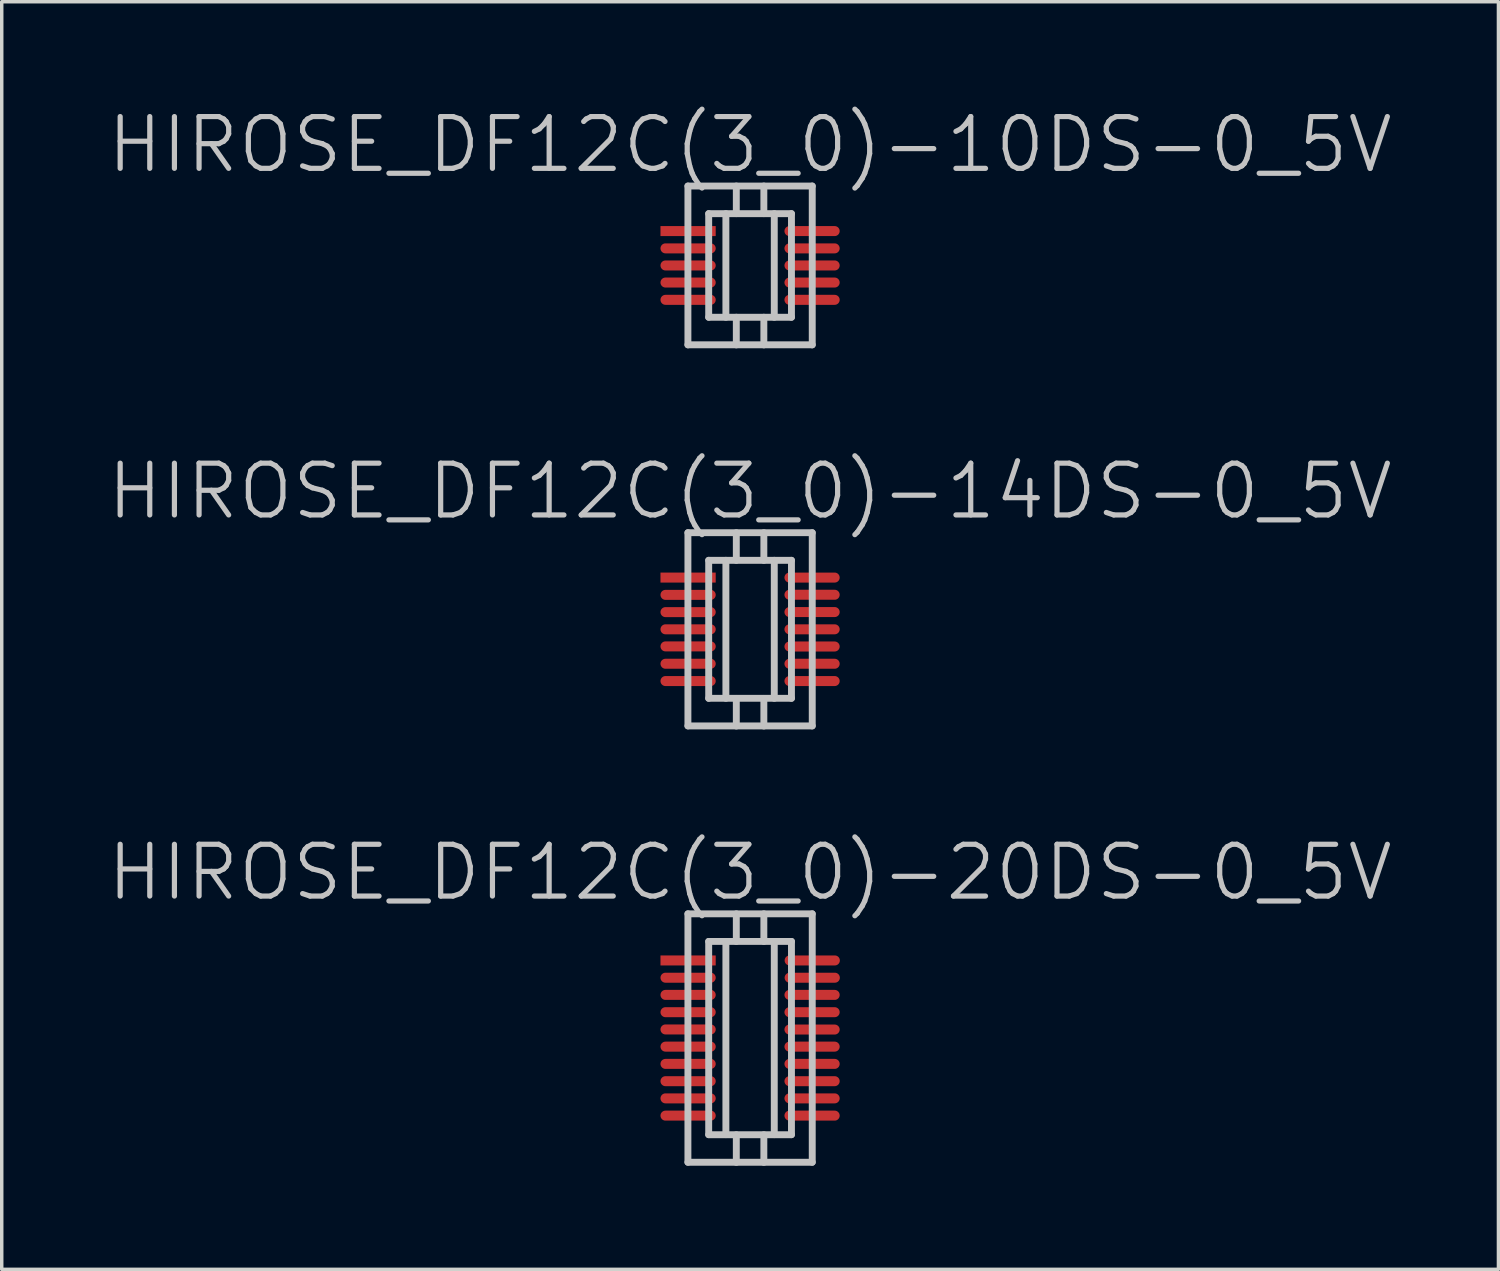
<source format=kicad_pcb>
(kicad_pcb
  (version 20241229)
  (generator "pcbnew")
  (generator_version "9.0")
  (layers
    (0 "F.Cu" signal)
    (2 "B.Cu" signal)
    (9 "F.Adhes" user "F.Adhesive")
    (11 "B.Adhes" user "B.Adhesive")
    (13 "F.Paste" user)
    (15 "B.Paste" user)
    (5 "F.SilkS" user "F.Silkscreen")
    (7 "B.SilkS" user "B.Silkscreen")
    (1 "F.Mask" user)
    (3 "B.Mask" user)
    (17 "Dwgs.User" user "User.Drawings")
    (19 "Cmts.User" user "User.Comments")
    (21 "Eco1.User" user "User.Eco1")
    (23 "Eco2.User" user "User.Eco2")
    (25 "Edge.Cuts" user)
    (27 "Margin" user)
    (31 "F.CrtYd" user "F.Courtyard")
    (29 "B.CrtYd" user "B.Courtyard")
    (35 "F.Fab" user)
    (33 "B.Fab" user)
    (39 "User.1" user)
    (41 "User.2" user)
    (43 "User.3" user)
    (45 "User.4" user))
  (footprint "HIROSE_DF12C(3_0)-20DS-0_5V"
    (layer "F.Cu")
    (at 18.682 27.025)
    (property "Reference" "HIROSE_DF12C(3_0)-20DS-0_5V" (at 0 -4.8 180) (layer "Dwgs.User") (effects (font (size 1.5 1.5) (thickness 0.15))))
    (attr smd)
    (fp_line (start -1.801 -3.599) (end -1.801 3.599) (stroke (width 0.2) (type solid)) (layer "Dwgs.User"))
    (fp_line (start -1.801 -3.599) (end 1.801 -3.599) (stroke (width 0.2) (type solid)) (layer "Dwgs.User"))
    (fp_line (start -1.199 -2.799) (end 1.199 -2.799) (stroke (width 0.2) (type solid)) (layer "Dwgs.User"))
    (fp_line (start -1.199 2.799) (end -1.199 -2.799) (stroke (width 0.2) (type solid)) (layer "Dwgs.User"))
    (fp_line (start -0.701 -2.799) (end -0.701 2.799) (stroke (width 0.2) (type solid)) (layer "Dwgs.User"))
    (fp_line (start -0.399 -2.799) (end -0.399 -3.599) (stroke (width 0.2) (type solid)) (layer "Dwgs.User"))
    (fp_line (start -0.399 3.602) (end -0.399 2.802) (stroke (width 0.2) (type solid)) (layer "Dwgs.User"))
    (fp_line (start 0.399 -2.799) (end 0.399 -3.599) (stroke (width 0.2) (type solid)) (layer "Dwgs.User"))
    (fp_line (start 0.399 2.802) (end 0.399 3.602) (stroke (width 0.2) (type solid)) (layer "Dwgs.User"))
    (fp_line (start 0.701 2.799) (end 0.701 -2.799) (stroke (width 0.2) (type solid)) (layer "Dwgs.User"))
    (fp_line (start 1.199 -2.799) (end 1.199 2.799) (stroke (width 0.2) (type solid)) (layer "Dwgs.User"))
    (fp_line (start 1.199 2.802) (end -1.199 2.802) (stroke (width 0.2) (type solid)) (layer "Dwgs.User"))
    (fp_line (start 1.801 3.599) (end -1.801 3.599) (stroke (width 0.2) (type solid)) (layer "Dwgs.User"))
    (fp_line (start 1.801 3.599) (end 1.801 -3.599) (stroke (width 0.2) (type solid)) (layer "Dwgs.User"))
    (pad "1" smd rect (at -1.796 -2.248 270) (size 0.29 1.6) (layers "F.Cu" "F.Mask" "F.Paste"))
    (pad "2" smd oval (at -1.796 -1.748 270) (size 0.29 1.6) (layers "F.Cu" "F.Mask" "F.Paste"))
    (pad "3" smd oval (at -1.796 -1.25 270) (size 0.29 1.6) (layers "F.Cu" "F.Mask" "F.Paste"))
    (pad "4" smd oval (at -1.796 -0.749 270) (size 0.29 1.6) (layers "F.Cu" "F.Mask" "F.Paste"))
    (pad "5" smd oval (at -1.796 -0.249 270) (size 0.29 1.6) (layers "F.Cu" "F.Mask" "F.Paste"))
    (pad "6" smd oval (at -1.796 0.249 270) (size 0.29 1.6) (layers "F.Cu" "F.Mask" "F.Paste"))
    (pad "7" smd oval (at -1.796 0.749 270) (size 0.29 1.6) (layers "F.Cu" "F.Mask" "F.Paste"))
    (pad "8" smd oval (at -1.796 1.25 270) (size 0.29 1.6) (layers "F.Cu" "F.Mask" "F.Paste"))
    (pad "9" smd oval (at -1.796 1.748 270) (size 0.29 1.6) (layers "F.Cu" "F.Mask" "F.Paste"))
    (pad "10" smd oval (at -1.796 2.248 270) (size 0.29 1.6) (layers "F.Cu" "F.Mask" "F.Paste"))
    (pad "11" smd oval (at 1.796 2.248 270) (size 0.29 1.6) (layers "F.Cu" "F.Mask" "F.Paste"))
    (pad "12" smd oval (at 1.796 1.748 270) (size 0.29 1.6) (layers "F.Cu" "F.Mask" "F.Paste"))
    (pad "13" smd oval (at 1.796 1.25 270) (size 0.29 1.6) (layers "F.Cu" "F.Mask" "F.Paste"))
    (pad "14" smd oval (at 1.796 0.749 270) (size 0.29 1.6) (layers "F.Cu" "F.Mask" "F.Paste"))
    (pad "15" smd oval (at 1.796 0.249 270) (size 0.29 1.6) (layers "F.Cu" "F.Mask" "F.Paste"))
    (pad "16" smd oval (at 1.796 -0.246 270) (size 0.29 1.6) (layers "F.Cu" "F.Mask" "F.Paste"))
    (pad "17" smd oval (at 1.796 -0.749 270) (size 0.29 1.6) (layers "F.Cu" "F.Mask" "F.Paste"))
    (pad "18" smd oval (at 1.796 -1.25 270) (size 0.29 1.6) (layers "F.Cu" "F.Mask" "F.Paste"))
    (pad "19" smd oval (at 1.801 -1.748 270) (size 0.29 1.6) (layers "F.Cu" "F.Mask" "F.Paste"))
    (pad "20" smd oval (at 1.801 -2.248 270) (size 0.29 1.6) (layers "F.Cu" "F.Mask" "F.Paste")))
  (footprint "HIROSE_DF12C(3_0)-14DS-0_5V"
    (layer "F.Cu")
    (at 18.682 15.183)
    (property "Reference" "HIROSE_DF12C(3_0)-14DS-0_5V" (at 0 -4 180) (layer "Dwgs.User") (effects (font (size 1.5 1.5) (thickness 0.15))))
    (attr smd)
    (fp_line (start -1.801 -2.799) (end 1.801 -2.799) (stroke (width 0.2) (type solid)) (layer "Dwgs.User"))
    (fp_line (start -1.801 2.799) (end -1.801 -2.799) (stroke (width 0.2) (type solid)) (layer "Dwgs.User"))
    (fp_line (start -1.199 -1.999) (end -1.199 1.999) (stroke (width 0.2) (type solid)) (layer "Dwgs.User"))
    (fp_line (start -1.199 -1.999) (end 1.199 -1.999) (stroke (width 0.2) (type solid)) (layer "Dwgs.User"))
    (fp_line (start -0.701 1.999) (end -0.701 -1.999) (stroke (width 0.2) (type solid)) (layer "Dwgs.User"))
    (fp_line (start -0.399 -1.999) (end -0.399 -2.799) (stroke (width 0.2) (type solid)) (layer "Dwgs.User"))
    (fp_line (start -0.399 2.802) (end -0.399 2.002) (stroke (width 0.2) (type solid)) (layer "Dwgs.User"))
    (fp_line (start 0.399 -1.999) (end 0.399 -2.799) (stroke (width 0.2) (type solid)) (layer "Dwgs.User"))
    (fp_line (start 0.399 2.002) (end 0.399 2.802) (stroke (width 0.2) (type solid)) (layer "Dwgs.User"))
    (fp_line (start 0.701 -1.999) (end 0.701 1.999) (stroke (width 0.2) (type solid)) (layer "Dwgs.User"))
    (fp_line (start 1.199 1.999) (end -1.199 1.999) (stroke (width 0.2) (type solid)) (layer "Dwgs.User"))
    (fp_line (start 1.199 1.999) (end 1.199 -1.999) (stroke (width 0.2) (type solid)) (layer "Dwgs.User"))
    (fp_line (start 1.801 -2.799) (end 1.801 2.799) (stroke (width 0.2) (type solid)) (layer "Dwgs.User"))
    (fp_line (start 1.801 2.799) (end -1.801 2.799) (stroke (width 0.2) (type solid)) (layer "Dwgs.User"))
    (pad "1" smd rect (at -1.796 -1.499 270) (size 0.29 1.6) (layers "F.Cu" "F.Mask" "F.Paste"))
    (pad "2" smd oval (at -1.796 -0.998 270) (size 0.29 1.6) (layers "F.Cu" "F.Mask" "F.Paste"))
    (pad "3" smd oval (at -1.796 -0.498 270) (size 0.29 1.6) (layers "F.Cu" "F.Mask" "F.Paste"))
    (pad "4" smd oval (at -1.796 0 270) (size 0.29 1.6) (layers "F.Cu" "F.Mask" "F.Paste"))
    (pad "5" smd oval (at -1.796 0.495 270) (size 0.29 1.6) (layers "F.Cu" "F.Mask" "F.Paste"))
    (pad "6" smd oval (at -1.796 0.998 270) (size 0.29 1.6) (layers "F.Cu" "F.Mask" "F.Paste"))
    (pad "7" smd oval (at -1.796 1.499 270) (size 0.29 1.6) (layers "F.Cu" "F.Mask" "F.Paste"))
    (pad "8" smd oval (at 1.796 1.499 270) (size 0.29 1.6) (layers "F.Cu" "F.Mask" "F.Paste"))
    (pad "9" smd oval (at 1.796 0.998 270) (size 0.29 1.6) (layers "F.Cu" "F.Mask" "F.Paste"))
    (pad "10" smd oval (at 1.796 0.498 270) (size 0.29 1.6) (layers "F.Cu" "F.Mask" "F.Paste"))
    (pad "11" smd oval (at 1.796 0 270) (size 0.29 1.6) (layers "F.Cu" "F.Mask" "F.Paste"))
    (pad "12" smd oval (at 1.796 -0.5 270) (size 0.29 1.6) (layers "F.Cu" "F.Mask" "F.Paste"))
    (pad "13" smd oval (at 1.796 -1.001 270) (size 0.29 1.6) (layers "F.Cu" "F.Mask" "F.Paste"))
    (pad "14" smd oval (at 1.796 -1.499 270) (size 0.29 1.6) (layers "F.Cu" "F.Mask" "F.Paste")))
  (footprint "HIROSE_DF12C(3_0)-10DS-0_5V"
    (layer "F.Cu")
    (at 18.682 4.641)
    (property "Reference" "HIROSE_DF12C(3_0)-10DS-0_5V" (at 0 -3.5 180) (layer "Dwgs.User") (effects (font (size 1.5 1.5) (thickness 0.15))))
    (attr smd)
    (fp_line (start -1.801 -2.301) (end 1.801 -2.301) (stroke (width 0.2) (type solid)) (layer "Dwgs.User"))
    (fp_line (start -1.801 2.301) (end -1.801 -2.301) (stroke (width 0.2) (type solid)) (layer "Dwgs.User"))
    (fp_line (start -1.199 -1.501) (end 1.199 -1.501) (stroke (width 0.2) (type solid)) (layer "Dwgs.User"))
    (fp_line (start -1.199 1.501) (end -1.199 -1.501) (stroke (width 0.2) (type solid)) (layer "Dwgs.User"))
    (fp_line (start -0.701 1.501) (end -0.701 -1.501) (stroke (width 0.2) (type solid)) (layer "Dwgs.User"))
    (fp_line (start -0.399 -1.501) (end -0.399 -2.301) (stroke (width 0.2) (type solid)) (layer "Dwgs.User"))
    (fp_line (start -0.399 2.301) (end -0.399 1.501) (stroke (width 0.2) (type solid)) (layer "Dwgs.User"))
    (fp_line (start 0.399 -1.501) (end 0.399 -2.301) (stroke (width 0.2) (type solid)) (layer "Dwgs.User"))
    (fp_line (start 0.399 1.501) (end 0.399 2.301) (stroke (width 0.2) (type solid)) (layer "Dwgs.User"))
    (fp_line (start 0.701 -1.501) (end 0.701 1.501) (stroke (width 0.2) (type solid)) (layer "Dwgs.User"))
    (fp_line (start 1.199 -1.501) (end 1.199 1.501) (stroke (width 0.2) (type solid)) (layer "Dwgs.User"))
    (fp_line (start 1.199 1.501) (end -1.199 1.501) (stroke (width 0.2) (type solid)) (layer "Dwgs.User"))
    (fp_line (start 1.801 -2.301) (end 1.801 2.301) (stroke (width 0.2) (type solid)) (layer "Dwgs.User"))
    (fp_line (start 1.801 2.299) (end -1.801 2.299) (stroke (width 0.2) (type solid)) (layer "Dwgs.User"))
    (pad "1" smd rect (at -1.796 -0.996 270) (size 0.29 1.6) (layers "F.Cu" "F.Mask" "F.Paste"))
    (pad "2" smd oval (at -1.796 -0.495 270) (size 0.29 1.6) (layers "F.Cu" "F.Mask" "F.Paste"))
    (pad "3" smd oval (at -1.796 0 270) (size 0.29 1.6) (layers "F.Cu" "F.Mask" "F.Paste"))
    (pad "4" smd oval (at -1.796 0.495 270) (size 0.29 1.6) (layers "F.Cu" "F.Mask" "F.Paste"))
    (pad "5" smd oval (at -1.796 0.996 270) (size 0.29 1.6) (layers "F.Cu" "F.Mask" "F.Paste"))
    (pad "6" smd oval (at 1.796 0.996 270) (size 0.29 1.6) (layers "F.Cu" "F.Mask" "F.Paste"))
    (pad "7" smd oval (at 1.796 0.495 270) (size 0.29 1.6) (layers "F.Cu" "F.Mask" "F.Paste"))
    (pad "8" smd oval (at 1.796 0 270) (size 0.29 1.6) (layers "F.Cu" "F.Mask" "F.Paste"))
    (pad "9" smd oval (at 1.796 -0.495 270) (size 0.29 1.6) (layers "F.Cu" "F.Mask" "F.Paste"))
    (pad "10" smd oval (at 1.796 -0.996 270) (size 0.29 1.6) (layers "F.Cu" "F.Mask" "F.Paste")))
  (gr_rect
    (start -3 -3)
    (end 40.364 33.727)
    (stroke (width 0.1) (type default))
    (fill no)
    (layer "Edge.Cuts")))
</source>
